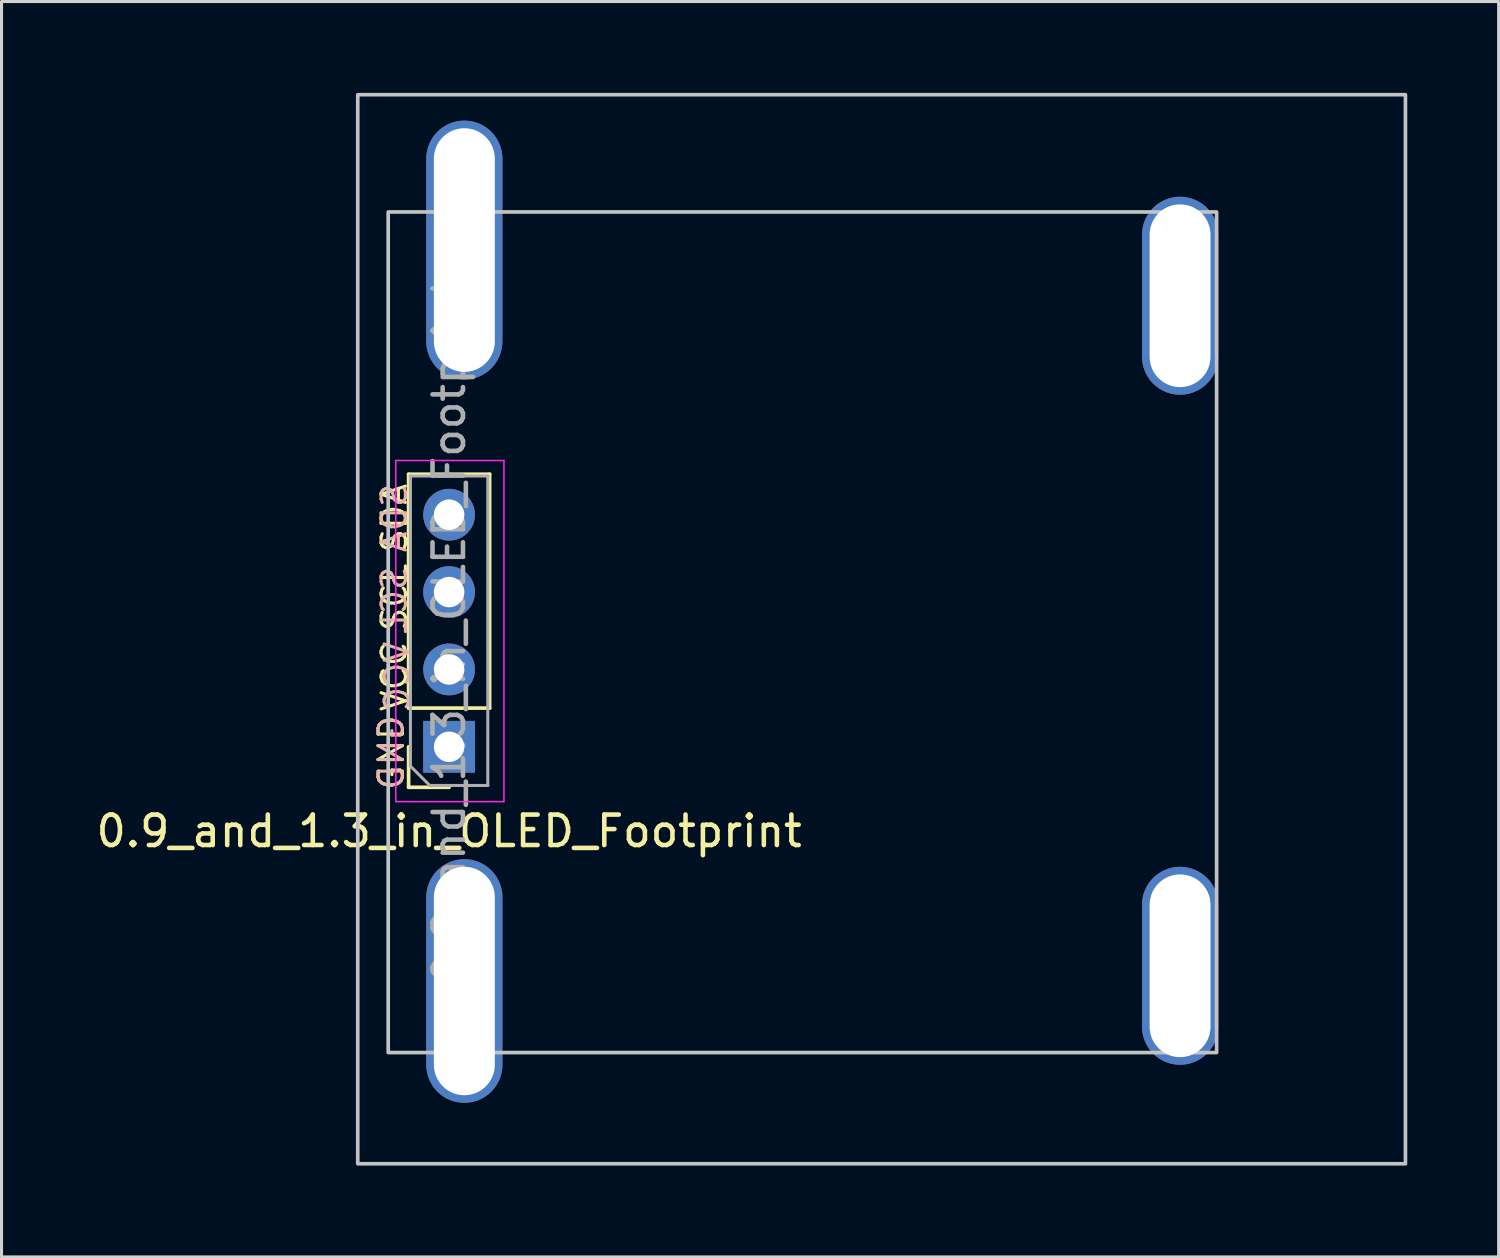
<source format=kicad_pcb>
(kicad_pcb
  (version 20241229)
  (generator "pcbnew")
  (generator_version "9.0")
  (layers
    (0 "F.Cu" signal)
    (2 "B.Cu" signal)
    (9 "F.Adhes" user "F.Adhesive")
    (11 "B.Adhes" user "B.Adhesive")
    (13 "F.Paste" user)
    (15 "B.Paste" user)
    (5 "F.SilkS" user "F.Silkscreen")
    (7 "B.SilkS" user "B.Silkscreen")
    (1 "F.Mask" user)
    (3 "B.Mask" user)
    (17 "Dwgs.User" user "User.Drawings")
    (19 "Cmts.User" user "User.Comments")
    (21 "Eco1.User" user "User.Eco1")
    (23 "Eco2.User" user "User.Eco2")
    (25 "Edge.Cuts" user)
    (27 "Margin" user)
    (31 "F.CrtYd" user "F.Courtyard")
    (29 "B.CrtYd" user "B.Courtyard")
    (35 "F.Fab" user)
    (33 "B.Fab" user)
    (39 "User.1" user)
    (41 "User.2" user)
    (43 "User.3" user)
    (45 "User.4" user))
  (footprint "0.9_and_1.3_in_OLED_Footprint"
    (layer "F.Cu")
    (at 11.696 17.66)
    (property "Reference" "0.9_and_1.3_in_OLED_Footprint" (at 0 6.58 0) (layer "F.SilkS") (effects (font (size 1 1) (thickness 0.15))))
    (attr through_hole)
    (fp_line (start -1.33 2.54) (end -1.33 -5.14) (stroke (width 0.12) (type solid)) (layer "F.SilkS"))
    (fp_line (start -1.33 5.14) (end -1.33 3.81) (stroke (width 0.12) (type solid)) (layer "F.SilkS"))
    (fp_line (start 0 5.14) (end -1.33 5.14) (stroke (width 0.12) (type solid)) (layer "F.SilkS"))
    (fp_line (start 1.33 -5.14) (end -1.33 -5.14) (stroke (width 0.12) (type solid)) (layer "F.SilkS"))
    (fp_line (start 1.33 2.54) (end -1.33 2.54) (stroke (width 0.12) (type solid)) (layer "F.SilkS"))
    (fp_line (start 1.33 2.54) (end 1.33 -5.14) (stroke (width 0.12) (type solid)) (layer "F.SilkS"))
    (fp_rect (start -3 -17.6) (end 31.4 17.5) (stroke (width 0.12) (type solid)) (fill no) (layer "Dwgs.User"))
    (fp_rect (start -2 -13.75) (end 25.2 13.85) (stroke (width 0.12) (type solid)) (fill no) (layer "Dwgs.User"))
    (fp_line (start -1.75 -5.59) (end 1.8 -5.59) (stroke (width 0.05) (type solid)) (layer "F.CrtYd"))
    (fp_line (start -1.75 5.61) (end -1.75 -5.59) (stroke (width 0.05) (type solid)) (layer "F.CrtYd"))
    (fp_line (start 1.8 -5.59) (end 1.8 5.61) (stroke (width 0.05) (type solid)) (layer "F.CrtYd"))
    (fp_line (start 1.8 5.61) (end -1.75 5.61) (stroke (width 0.05) (type solid)) (layer "F.CrtYd"))
    (fp_line (start -1.27 -5.08) (end 1.27 -5.08) (stroke (width 0.1) (type solid)) (layer "F.Fab"))
    (fp_line (start -1.27 4.445) (end -1.27 -5.08) (stroke (width 0.1) (type solid)) (layer "F.Fab"))
    (fp_line (start -0.635 5.08) (end -1.27 4.445) (stroke (width 0.1) (type solid)) (layer "F.Fab"))
    (fp_line (start 1.27 -5.08) (end 1.27 5.08) (stroke (width 0.1) (type solid)) (layer "F.Fab"))
    (fp_line (start 1.27 5.08) (end -0.635 5.08) (stroke (width 0.1) (type solid)) (layer "F.Fab"))
    (fp_text user "SCL" (at -1.8 -1.1 90) (layer "F.SilkS") (effects (font (size 0.8 0.8) (thickness 0.1))))
    (fp_text user "VCC" (at -1.8 1.5 90) (layer "F.SilkS") (effects (font (size 0.8 0.8) (thickness 0.1))))
    (fp_text user "SDA" (at -1.8 -3.7 90) (layer "F.SilkS") (effects (font (size 0.8 0.8) (thickness 0.1))))
    (fp_text user "GND" (at -1.9 4 90) (layer "F.SilkS") (effects (font (size 0.8 0.8) (thickness 0.1))))
    (fp_text user "SDA" (at -1.8 -3.7 90) (layer "B.SilkS") (effects (font (size 0.8 0.8) (thickness 0.1)) (justify mirror)))
    (fp_text user "VCC" (at -1.7 1.5 90) (layer "B.SilkS") (effects (font (size 0.8 0.8) (thickness 0.1)) (justify mirror)))
    (fp_text user "GND" (at -1.9 4 90) (layer "B.SilkS") (effects (font (size 0.8 0.8) (thickness 0.1)) (justify mirror)))
    (fp_text user "SCL" (at -1.8 -1 90) (layer "B.SilkS") (effects (font (size 0.8 0.8) (thickness 0.1)) (justify mirror)))
    (fp_text user "${REFERENCE}" (at 0 0 90) (layer "F.Fab") (effects (font (size 1 1) (thickness 0.15))))
    (pad "1" thru_hole rect (at 0 3.81 180) (size 1.7 1.7) (drill 1) (layers "*.Cu" "*.Mask"))
    (pad "2" thru_hole oval (at 0 1.27 180) (size 1.7 1.7) (drill 1) (layers "*.Cu" "*.Mask"))
    (pad "3" thru_hole oval (at 0 -1.27 180) (size 1.7 1.7) (drill 1) (layers "*.Cu" "*.Mask"))
    (pad "4" thru_hole oval (at 0 -3.81 180) (size 1.7 1.7) (drill 1) (layers "*.Cu" "*.Mask"))
    (pad "5" thru_hole oval (at 0.5 -12.5) (size 2.5 8.5) (drill oval 2 8) (layers "*.Cu" "*.Mask"))
    (pad "5" thru_hole oval (at 0.5 11.5) (size 2.5 8) (drill oval 2 7.5) (layers "*.Cu" "*.Mask"))
    (pad "5" thru_hole oval (at 24 -11) (size 2.5 6.5) (drill oval 2 6) (layers "*.Cu" "*.Mask"))
    (pad "5" thru_hole oval (at 24 11) (size 2.5 6.5) (drill oval 2 6) (layers "*.Cu" "*.Mask")))
  (gr_rect
    (start -3 -3)
    (end 46.156 38.22)
    (stroke (width 0.1) (type default))
    (fill no)
    (layer "Edge.Cuts")))
</source>
